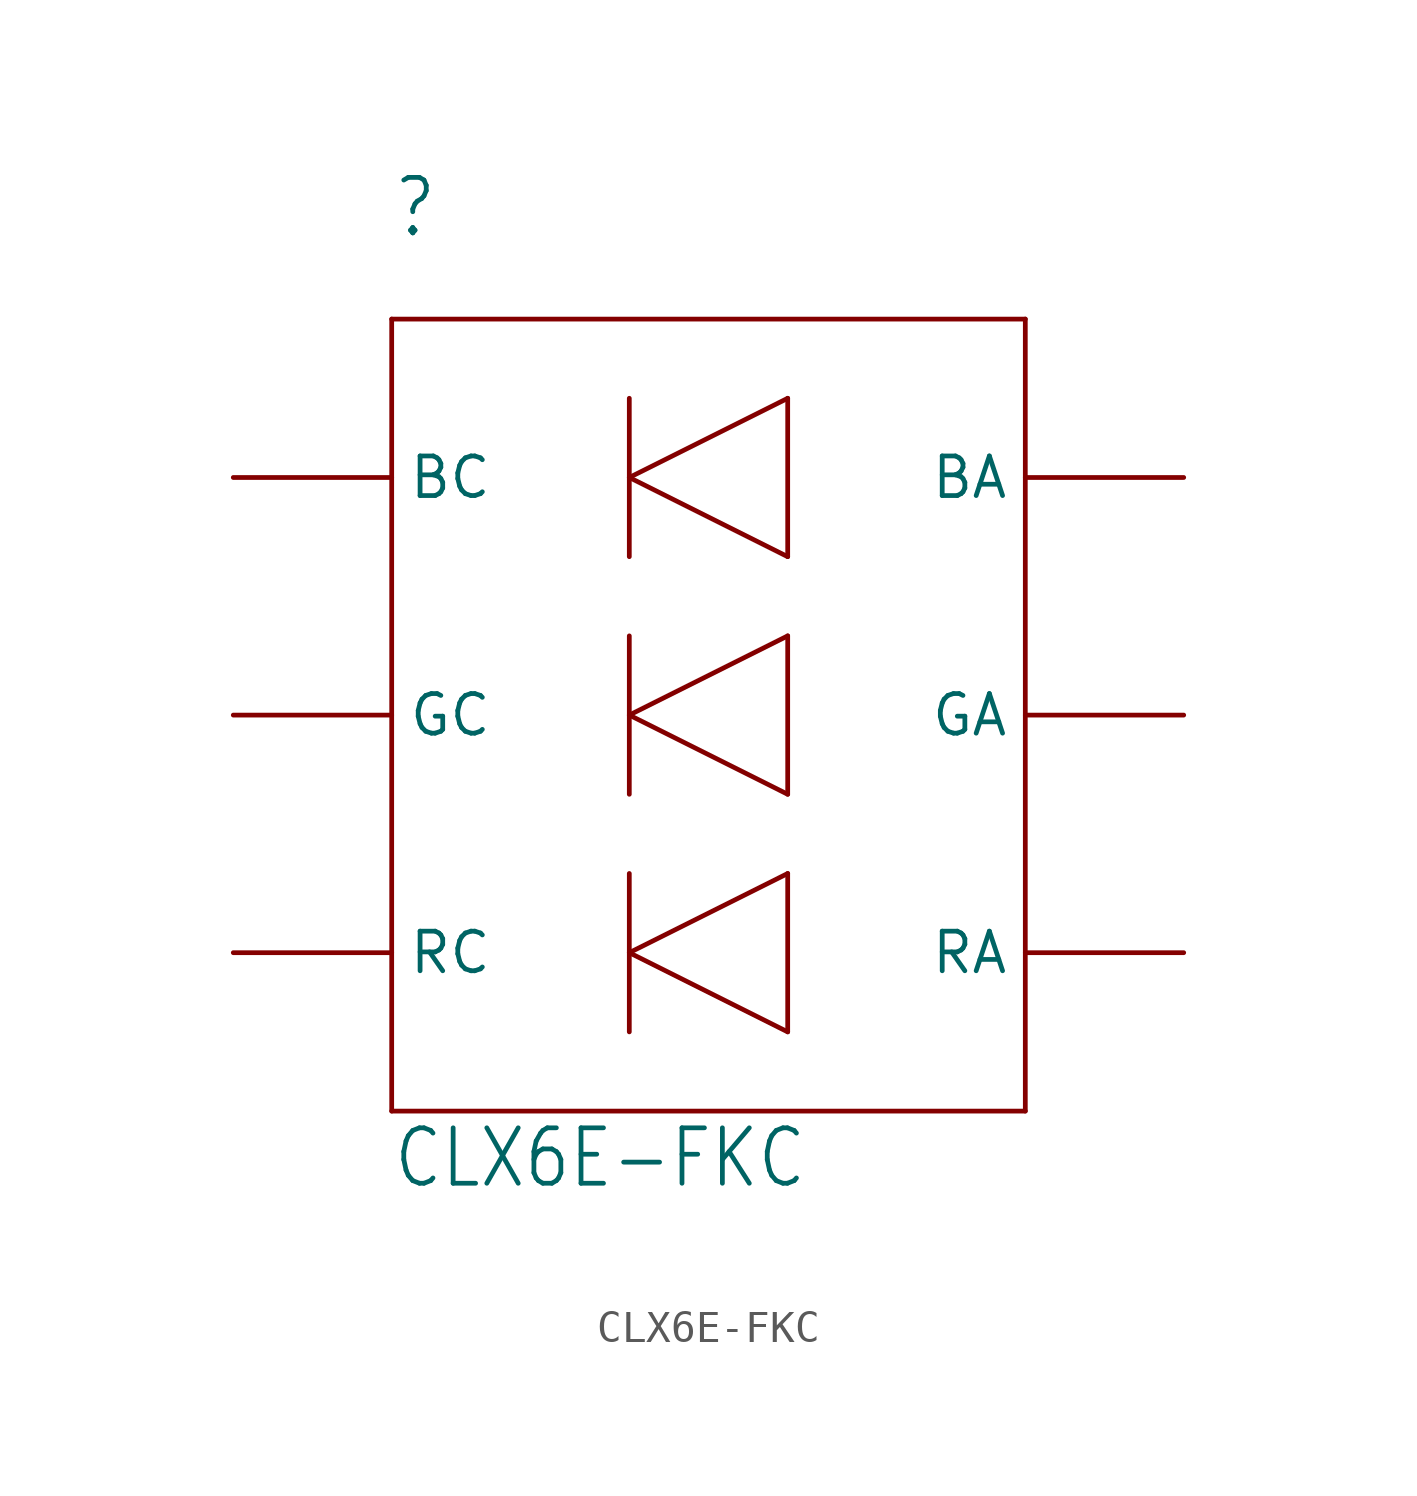
<source format=kicad_sym>
(kicad_symbol_lib
  (version 20210619)
  (generator kicad_symbol_editor)
  (symbol "CLX6E-FKC"
    (property "Reference" ""
      (at -10.16 15.24 0)
      (effects (font (size 1.778 1.511)) (justify left bottom)))
    (property "Value" "CLX6E-FKC"
      (at -10.16 -15.24 0)
      (effects (font (size 1.778 1.511)) (justify left bottom)))
    (property "ki_locked" ""
      (at 0 0 0)
      (effects (font (size 1.27 1.27))))
    (symbol "CLX6E-FKC_1_0"
      (polyline (pts (xy -10.16 -12.7) (xy 10.16 -12.7)) (stroke (width 0.152)) (fill (type none)))
      (polyline (pts (xy -10.16 12.7) (xy -10.16 -12.7)) (stroke (width 0.152)) (fill (type none)))
      (polyline (pts (xy -2.54 -7.62) (xy 2.54 -5.08)) (stroke (width 0.152)) (fill (type none)))
      (polyline (pts (xy -2.54 -5.08) (xy -2.54 -10.16)) (stroke (width 0.152)) (fill (type none)))
      (polyline (pts (xy -2.54 0) (xy 2.54 2.54)) (stroke (width 0.152)) (fill (type none)))
      (polyline (pts (xy -2.54 2.54) (xy -2.54 -2.54)) (stroke (width 0.152)) (fill (type none)))
      (polyline (pts (xy -2.54 7.62) (xy 2.54 10.16)) (stroke (width 0.152)) (fill (type none)))
      (polyline (pts (xy -2.54 10.16) (xy -2.54 5.08)) (stroke (width 0.152)) (fill (type none)))
      (polyline (pts (xy 2.54 -10.16) (xy -2.54 -7.62)) (stroke (width 0.152)) (fill (type none)))
      (polyline (pts (xy 2.54 -5.08) (xy 2.54 -10.16)) (stroke (width 0.152)) (fill (type none)))
      (polyline (pts (xy 2.54 -2.54) (xy -2.54 0)) (stroke (width 0.152)) (fill (type none)))
      (polyline (pts (xy 2.54 2.54) (xy 2.54 -2.54)) (stroke (width 0.152)) (fill (type none)))
      (polyline (pts (xy 2.54 5.08) (xy -2.54 7.62)) (stroke (width 0.152)) (fill (type none)))
      (polyline (pts (xy 2.54 10.16) (xy 2.54 5.08)) (stroke (width 0.152)) (fill (type none)))
      (polyline (pts (xy 10.16 -12.7) (xy 10.16 12.7)) (stroke (width 0.152)) (fill (type none)))
      (polyline (pts (xy 10.16 12.7) (xy -10.16 12.7)) (stroke (width 0.152)) (fill (type none)))
      (pin bidirectional line (at -15.24 7.62 0) (length 5.08) (name "BC" (effects (font (size 1.27 1.27)))) (number "P$1" (effects (font (size 0 0)))))
      (pin bidirectional line (at -15.24 0 0) (length 5.08) (name "GC" (effects (font (size 1.27 1.27)))) (number "P$2" (effects (font (size 0 0)))))
      (pin bidirectional line (at -15.24 -7.62 0) (length 5.08) (name "RC" (effects (font (size 1.27 1.27)))) (number "P$3" (effects (font (size 0 0)))))
      (pin bidirectional line (at 15.24 -7.62 180) (length 5.08) (name "RA" (effects (font (size 1.27 1.27)))) (number "P$4" (effects (font (size 0 0)))))
      (pin bidirectional line (at 15.24 0 180) (length 5.08) (name "GA" (effects (font (size 1.27 1.27)))) (number "P$5" (effects (font (size 0 0)))))
      (pin bidirectional line (at 15.24 7.62 180) (length 5.08) (name "BA" (effects (font (size 1.27 1.27)))) (number "P$6" (effects (font (size 0 0))))))))
</source>
